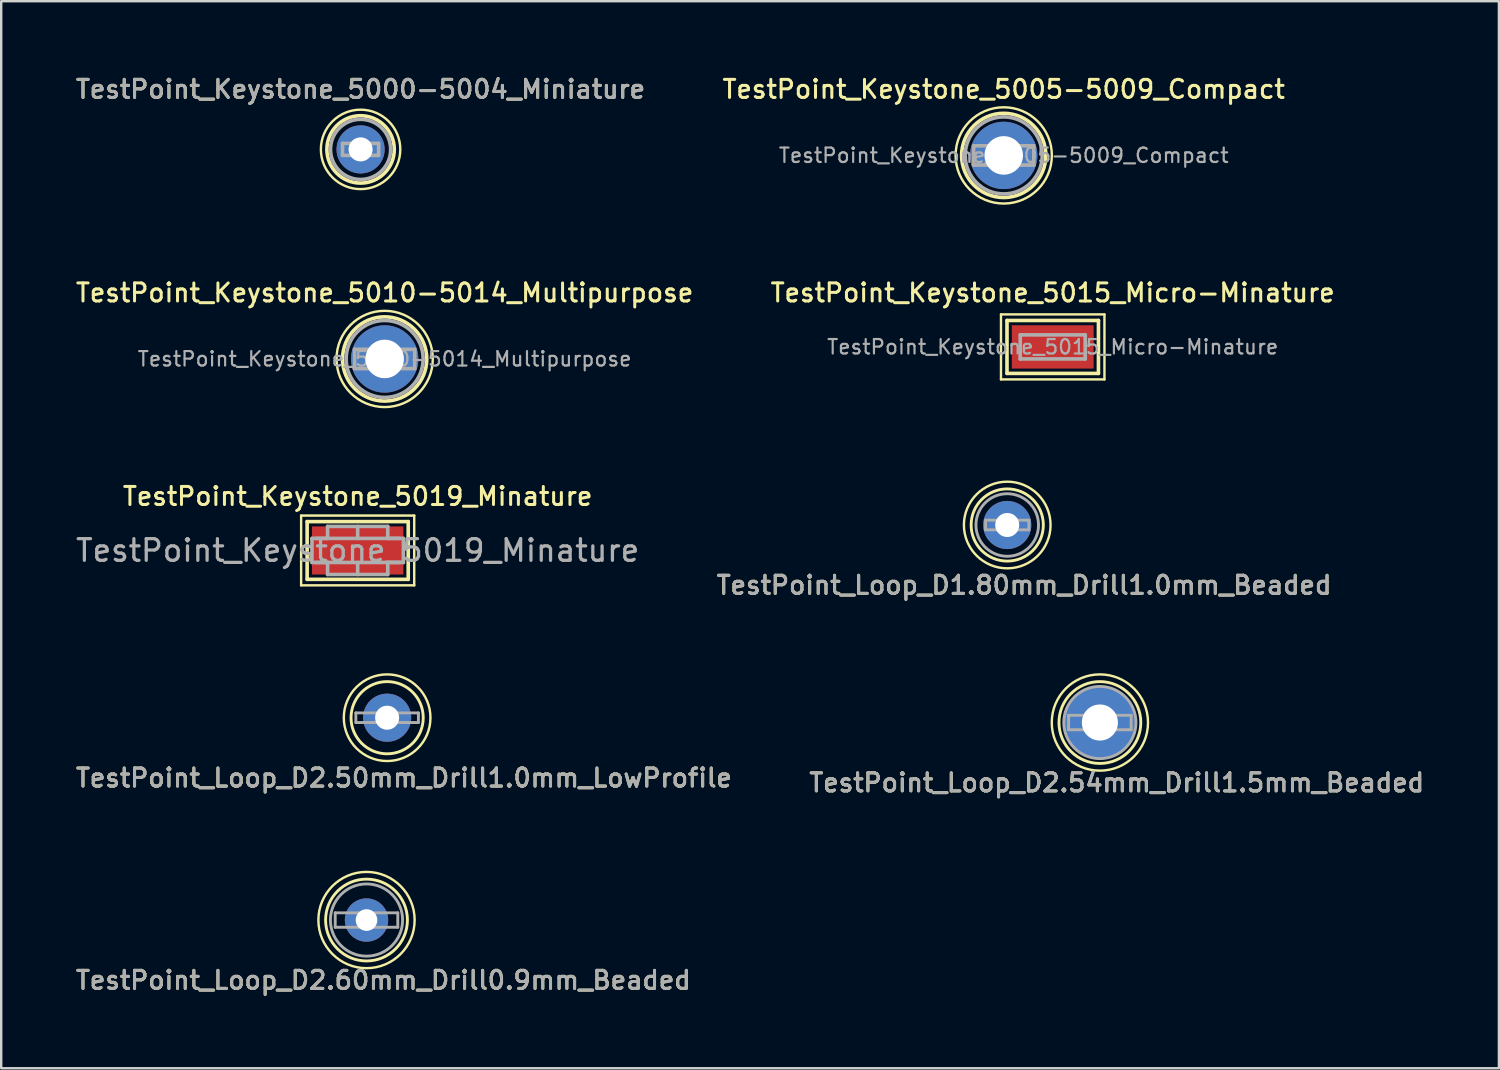
<source format=kicad_pcb>
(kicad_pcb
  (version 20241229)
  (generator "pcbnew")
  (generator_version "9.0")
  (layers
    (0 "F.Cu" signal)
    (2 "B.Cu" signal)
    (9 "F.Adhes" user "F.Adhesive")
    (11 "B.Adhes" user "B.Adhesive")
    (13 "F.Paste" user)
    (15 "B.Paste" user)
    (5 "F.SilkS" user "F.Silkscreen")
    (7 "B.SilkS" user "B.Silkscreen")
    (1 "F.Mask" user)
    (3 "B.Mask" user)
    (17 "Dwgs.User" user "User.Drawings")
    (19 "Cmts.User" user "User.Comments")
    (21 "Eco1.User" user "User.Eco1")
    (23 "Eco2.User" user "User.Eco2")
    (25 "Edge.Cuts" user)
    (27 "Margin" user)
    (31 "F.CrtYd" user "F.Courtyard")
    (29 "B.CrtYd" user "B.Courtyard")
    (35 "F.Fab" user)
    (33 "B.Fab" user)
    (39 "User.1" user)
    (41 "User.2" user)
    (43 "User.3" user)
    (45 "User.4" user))
  (footprint "TestPoint_Keystone_5000-5004_Miniature"
    (layer "F.Cu")
    (at 11.934 3.158)
    (property "Reference" "TestPoint_Keystone_5000-5004_Miniature" (at 0 -2.5 0) (layer "F.SilkS") (effects (font (size 0.75 0.75) (thickness 0.125))))
    (attr through_hole)
    (fp_circle (center 0 0) (end 1.4 0) (stroke (width 0.15) (type solid)) (fill no) (layer "F.SilkS"))
    (fp_circle (center 0 0) (end 1.65 0) (stroke (width 0.1) (type solid)) (fill no) (layer "F.SilkS"))
    (fp_line (start -0.75 -0.25) (end 0.75 -0.25) (stroke (width 0.15) (type solid)) (layer "F.Fab"))
    (fp_line (start -0.75 0.25) (end -0.75 -0.25) (stroke (width 0.15) (type solid)) (layer "F.Fab"))
    (fp_line (start 0.75 -0.25) (end 0.75 0.25) (stroke (width 0.15) (type solid)) (layer "F.Fab"))
    (fp_line (start 0.75 0.25) (end -0.75 0.25) (stroke (width 0.15) (type solid)) (layer "F.Fab"))
    (fp_circle (center 0 0) (end 1.25 0) (stroke (width 0.15) (type solid)) (fill no) (layer "F.Fab"))
    (fp_text user "${REFERENCE}" (at 0 -2.5 0) (layer "F.Fab") (effects (font (size 0.75 0.75) (thickness 0.125))))
    (pad "1" thru_hole circle (at 0 0) (size 2 2) (drill 1) (layers "*.Cu" "*.Mask")))
  (footprint "TestPoint_Loop_D2.60mm_Drill0.9mm_Beaded"
    (layer "F.Cu")
    (at 12.18 35.182)
    (property "Reference" "TestPoint_Loop_D2.60mm_Drill0.9mm_Beaded" (at 0.7 2.5 0) (layer "F.SilkS") (effects (font (size 0.75 0.75) (thickness 0.125))))
    (attr through_hole)
    (fp_circle (center 0 0) (end 1.7 0) (stroke (width 0.12) (type solid)) (fill no) (layer "F.SilkS"))
    (fp_circle (center 0 0) (end 2 0) (stroke (width 0.1) (type solid)) (fill no) (layer "F.SilkS"))
    (fp_line (start -1.3 -0.3) (end -1.3 0.3) (stroke (width 0.12) (type solid)) (layer "F.Fab"))
    (fp_line (start -1.3 0.3) (end 1.3 0.3) (stroke (width 0.12) (type solid)) (layer "F.Fab"))
    (fp_line (start 1.3 -0.3) (end -1.3 -0.3) (stroke (width 0.12) (type solid)) (layer "F.Fab"))
    (fp_line (start 1.3 0.3) (end 1.3 -0.3) (stroke (width 0.12) (type solid)) (layer "F.Fab"))
    (fp_circle (center 0 0) (end 1.5 0) (stroke (width 0.12) (type solid)) (fill no) (layer "F.Fab"))
    (fp_text user "${REFERENCE}" (at 0.7 2.5 0) (layer "F.Fab") (effects (font (size 0.75 0.75) (thickness 0.125))))
    (pad "1" thru_hole circle (at 0 0) (size 1.8 1.8) (drill 0.9) (layers "*.Cu" "*.Mask")))
  (footprint "TestPoint_Loop_D2.54mm_Drill1.5mm_Beaded"
    (layer "F.Cu")
    (at 42.655 26.974)
    (property "Reference" "TestPoint_Loop_D2.54mm_Drill1.5mm_Beaded" (at 0.7 2.5 0) (layer "F.SilkS") (effects (font (size 0.75 0.75) (thickness 0.125))))
    (attr through_hole)
    (fp_circle (center 0 0) (end 1.7 0) (stroke (width 0.12) (type solid)) (fill no) (layer "F.SilkS"))
    (fp_circle (center 0 0) (end 2 0) (stroke (width 0.1) (type solid)) (fill no) (layer "F.SilkS"))
    (fp_line (start -1.3 -0.3) (end -1.3 0.3) (stroke (width 0.12) (type solid)) (layer "F.Fab"))
    (fp_line (start -1.3 0.3) (end 1.3 0.3) (stroke (width 0.12) (type solid)) (layer "F.Fab"))
    (fp_line (start 1.3 -0.3) (end -1.3 -0.3) (stroke (width 0.12) (type solid)) (layer "F.Fab"))
    (fp_line (start 1.3 0.3) (end 1.3 -0.3) (stroke (width 0.12) (type solid)) (layer "F.Fab"))
    (fp_circle (center 0 0) (end 1.5 0) (stroke (width 0.12) (type solid)) (fill no) (layer "F.Fab"))
    (fp_text user "${REFERENCE}" (at 0.7 2.5 0) (layer "F.Fab") (effects (font (size 0.75 0.75) (thickness 0.125))))
    (pad "1" thru_hole circle (at 0 0) (size 3 3) (drill 1.5) (layers "*.Cu" "*.Mask")))
  (footprint "TestPoint_Loop_D1.80mm_Drill1.0mm_Beaded"
    (layer "F.Cu")
    (at 38.805 18.766)
    (property "Reference" "TestPoint_Loop_D1.80mm_Drill1.0mm_Beaded" (at 0.7 2.5 0) (layer "F.SilkS") (effects (font (size 0.75 0.75) (thickness 0.125))))
    (attr through_hole)
    (fp_circle (center 0 0) (end 1.5 0) (stroke (width 0.12) (type solid)) (fill no) (layer "F.SilkS"))
    (fp_circle (center 0 0) (end 1.8 0) (stroke (width 0.1) (type solid)) (fill no) (layer "F.SilkS"))
    (fp_line (start -0.9 -0.2) (end 0.9 -0.2) (stroke (width 0.12) (type solid)) (layer "F.Fab"))
    (fp_line (start -0.9 0.2) (end -0.9 -0.2) (stroke (width 0.12) (type solid)) (layer "F.Fab"))
    (fp_line (start 0.9 -0.2) (end 0.9 0.2) (stroke (width 0.12) (type solid)) (layer "F.Fab"))
    (fp_line (start 0.9 0.2) (end -0.9 0.2) (stroke (width 0.12) (type solid)) (layer "F.Fab"))
    (fp_circle (center 0 0) (end 1.3 0) (stroke (width 0.12) (type solid)) (fill no) (layer "F.Fab"))
    (fp_text user "${REFERENCE}" (at 0.7 2.5 0) (layer "F.Fab") (effects (font (size 0.75 0.75) (thickness 0.125))))
    (pad "1" thru_hole circle (at 0 0) (size 2 2) (drill 1) (layers "*.Cu" "*.Mask")))
  (footprint "TestPoint_Keystone_5005-5009_Compact"
    (layer "F.Cu")
    (at 38.659 3.408)
    (property "Reference" "TestPoint_Keystone_5005-5009_Compact" (at 0 -2.75 0) (layer "F.SilkS") (effects (font (size 0.75 0.75) (thickness 0.125))))
    (attr through_hole)
    (fp_circle (center 0 0) (end 1.75 0) (stroke (width 0.15) (type solid)) (fill no) (layer "F.SilkS"))
    (fp_circle (center 0 0) (end 2 0) (stroke (width 0.1) (type solid)) (fill no) (layer "F.SilkS"))
    (fp_line (start -1.25 -0.4) (end 1.25 -0.4) (stroke (width 0.15) (type solid)) (layer "F.Fab"))
    (fp_line (start -1.25 0.4) (end -1.25 -0.4) (stroke (width 0.15) (type solid)) (layer "F.Fab"))
    (fp_line (start 1.25 -0.4) (end 1.25 0.4) (stroke (width 0.15) (type solid)) (layer "F.Fab"))
    (fp_line (start 1.25 0.4) (end -1.25 0.4) (stroke (width 0.15) (type solid)) (layer "F.Fab"))
    (fp_circle (center 0 0) (end 1.6 0) (stroke (width 0.15) (type solid)) (fill no) (layer "F.Fab"))
    (fp_text user "${REFERENCE}" (at 0 0 0) (layer "F.Fab") (effects (font (size 0.6 0.6) (thickness 0.09))))
    (pad "1" thru_hole circle (at 0 0) (size 2.8 2.8) (drill 1.6) (layers "*.Cu" "*.Mask")))
  (footprint "TestPoint_Keystone_5015_Micro-Minature"
    (layer "F.Cu")
    (at 40.695 11.366)
    (property "Reference" "TestPoint_Keystone_5015_Micro-Minature" (at 0 -2.25 0) (layer "F.SilkS") (effects (font (size 0.75 0.75) (thickness 0.125))))
    (attr smd)
    (fp_line (start -2.15 -1.35) (end 2.15 -1.35) (stroke (width 0.1) (type solid)) (layer "F.SilkS"))
    (fp_line (start -2.15 1.35) (end -2.15 -1.35) (stroke (width 0.1) (type solid)) (layer "F.SilkS"))
    (fp_line (start -1.9 -1.1) (end 1.9 -1.1) (stroke (width 0.15) (type solid)) (layer "F.SilkS"))
    (fp_line (start -1.9 1.1) (end -1.9 -1.1) (stroke (width 0.15) (type solid)) (layer "F.SilkS"))
    (fp_line (start 1.9 -1.1) (end 1.9 1.1) (stroke (width 0.15) (type solid)) (layer "F.SilkS"))
    (fp_line (start 1.9 1.1) (end -1.9 1.1) (stroke (width 0.15) (type solid)) (layer "F.SilkS"))
    (fp_line (start 2.15 -1.35) (end 2.15 1.35) (stroke (width 0.1) (type solid)) (layer "F.SilkS"))
    (fp_line (start 2.15 1.35) (end -2.15 1.35) (stroke (width 0.1) (type solid)) (layer "F.SilkS"))
    (fp_line (start -1.35 0.5) (end -1.35 -0.5) (stroke (width 0.15) (type solid)) (layer "F.Fab"))
    (fp_line (start -1.35 0.5) (end 1.35 0.5) (stroke (width 0.15) (type solid)) (layer "F.Fab"))
    (fp_line (start 1.35 -0.5) (end -1.35 -0.5) (stroke (width 0.15) (type solid)) (layer "F.Fab"))
    (fp_line (start 1.35 -0.5) (end 1.35 0.5) (stroke (width 0.15) (type solid)) (layer "F.Fab"))
    (fp_text user "${REFERENCE}" (at 0 0 0) (layer "F.Fab") (effects (font (size 0.6 0.6) (thickness 0.09))))
    (pad "1" smd rect (at 0 0) (size 3.4 1.8) (layers "F.Cu" "F.Mask" "F.Paste")))
  (footprint "TestPoint_Loop_D2.50mm_Drill1.0mm_LowProfile"
    (layer "F.Cu")
    (at 13.037 26.774)
    (property "Reference" "TestPoint_Loop_D2.50mm_Drill1.0mm_LowProfile" (at 0.7 2.5 0) (layer "F.SilkS") (effects (font (size 0.75 0.75) (thickness 0.125))))
    (attr through_hole)
    (fp_circle (center 0 0) (end 1.5 0) (stroke (width 0.12) (type solid)) (fill no) (layer "F.SilkS"))
    (fp_circle (center 0 0) (end 1.8 0) (stroke (width 0.1) (type solid)) (fill no) (layer "F.SilkS"))
    (fp_line (start -1.3 -0.2) (end -1.3 0.2) (stroke (width 0.12) (type solid)) (layer "F.Fab"))
    (fp_line (start -1.3 0.2) (end 1.3 0.2) (stroke (width 0.12) (type solid)) (layer "F.Fab"))
    (fp_line (start 1.3 -0.2) (end -1.3 -0.2) (stroke (width 0.12) (type solid)) (layer "F.Fab"))
    (fp_line (start 1.3 0.2) (end 1.3 -0.2) (stroke (width 0.12) (type solid)) (layer "F.Fab"))
    (fp_text user "${REFERENCE}" (at 0.7 2.5 0) (layer "F.Fab") (effects (font (size 0.75 0.75) (thickness 0.125))))
    (pad "1" thru_hole circle (at 0 0) (size 2 2) (drill 1) (layers "*.Cu" "*.Mask")))
  (footprint "TestPoint_Keystone_5019_Minature"
    (layer "F.Cu")
    (at 11.813 19.824)
    (property "Reference" "TestPoint_Keystone_5019_Minature" (at 0 -2.25 0) (layer "F.SilkS") (effects (font (size 0.75 0.75) (thickness 0.125))))
    (attr smd)
    (fp_line (start -2.35 -1.45) (end 2.35 -1.45) (stroke (width 0.1) (type solid)) (layer "F.SilkS"))
    (fp_line (start -2.35 1.45) (end -2.35 -1.45) (stroke (width 0.1) (type solid)) (layer "F.SilkS"))
    (fp_line (start -2.1 -1.2) (end 2.1 -1.2) (stroke (width 0.15) (type solid)) (layer "F.SilkS"))
    (fp_line (start -2.1 1.2) (end -2.1 -1.2) (stroke (width 0.15) (type solid)) (layer "F.SilkS"))
    (fp_line (start 2.1 -1.2) (end 2.1 1.2) (stroke (width 0.15) (type solid)) (layer "F.SilkS"))
    (fp_line (start 2.1 1.2) (end -2.1 1.2) (stroke (width 0.15) (type solid)) (layer "F.SilkS"))
    (fp_line (start 2.35 -1.45) (end 2.35 1.45) (stroke (width 0.1) (type solid)) (layer "F.SilkS"))
    (fp_line (start 2.35 1.45) (end -2.35 1.45) (stroke (width 0.1) (type solid)) (layer "F.SilkS"))
    (fp_line (start -1.9 -0.5) (end -1.9 0.5) (stroke (width 0.15) (type solid)) (layer "F.Fab"))
    (fp_line (start -1.9 -0.5) (end 1.9 -0.5) (stroke (width 0.15) (type solid)) (layer "F.Fab"))
    (fp_line (start -1.75 0.5) (end -1.25 0.5) (stroke (width 0.15) (type solid)) (layer "F.Fab"))
    (fp_line (start -1.25 -1) (end -1.25 -0.5) (stroke (width 0.15) (type solid)) (layer "F.Fab"))
    (fp_line (start -1.25 -0.5) (end -1.75 -0.5) (stroke (width 0.15) (type solid)) (layer "F.Fab"))
    (fp_line (start -1.25 0.5) (end -1.25 1) (stroke (width 0.15) (type solid)) (layer "F.Fab"))
    (fp_line (start -1.25 1) (end 1.25 1) (stroke (width 0.15) (type solid)) (layer "F.Fab"))
    (fp_line (start 0 -1) (end 0 -0.5) (stroke (width 0.15) (type solid)) (layer "F.Fab"))
    (fp_line (start 0 0.5) (end 0 1) (stroke (width 0.15) (type solid)) (layer "F.Fab"))
    (fp_line (start 1.25 -1) (end -1.25 -1) (stroke (width 0.15) (type solid)) (layer "F.Fab"))
    (fp_line (start 1.25 -0.5) (end 1.25 -1) (stroke (width 0.15) (type solid)) (layer "F.Fab"))
    (fp_line (start 1.25 0.5) (end 1.75 0.5) (stroke (width 0.15) (type solid)) (layer "F.Fab"))
    (fp_line (start 1.25 1) (end 1.25 0.5) (stroke (width 0.15) (type solid)) (layer "F.Fab"))
    (fp_line (start 1.75 -0.5) (end 1.25 -0.5) (stroke (width 0.15) (type solid)) (layer "F.Fab"))
    (fp_line (start 1.9 0.5) (end -1.9 0.5) (stroke (width 0.15) (type solid)) (layer "F.Fab"))
    (fp_line (start 1.9 0.5) (end 1.9 -0.5) (stroke (width 0.15) (type solid)) (layer "F.Fab"))
    (fp_text user "${REFERENCE}" (at 0 0 0) (layer "F.Fab") (effects (font (size 0.9 0.9) (thickness 0.135))))
    (pad "1" smd rect (at 0 0) (size 3.8 2) (layers "F.Cu" "F.Mask" "F.Paste")))
  (footprint "TestPoint_Keystone_5010-5014_Multipurpose"
    (layer "F.Cu")
    (at 12.934 11.866)
    (property "Reference" "TestPoint_Keystone_5010-5014_Multipurpose" (at 0 -2.75 0) (layer "F.SilkS") (effects (font (size 0.75 0.75) (thickness 0.125))))
    (attr through_hole)
    (fp_circle (center 0 0) (end 1.75 0) (stroke (width 0.15) (type solid)) (fill no) (layer "F.SilkS"))
    (fp_circle (center 0 0) (end 2 0) (stroke (width 0.1) (type solid)) (fill no) (layer "F.SilkS"))
    (fp_line (start -1.25 -0.4) (end 1.25 -0.4) (stroke (width 0.15) (type solid)) (layer "F.Fab"))
    (fp_line (start -1.25 0.4) (end -1.25 -0.4) (stroke (width 0.15) (type solid)) (layer "F.Fab"))
    (fp_line (start 1.25 -0.4) (end 1.25 0.4) (stroke (width 0.15) (type solid)) (layer "F.Fab"))
    (fp_line (start 1.25 0.4) (end -1.25 0.4) (stroke (width 0.15) (type solid)) (layer "F.Fab"))
    (fp_circle (center 0 0) (end 1.6 0) (stroke (width 0.15) (type solid)) (fill no) (layer "F.Fab"))
    (fp_text user "${REFERENCE}" (at 0 0 0) (layer "F.Fab") (effects (font (size 0.6 0.6) (thickness 0.09))))
    (pad "1" thru_hole circle (at 0 0) (size 2.8 2.8) (drill 1.6) (layers "*.Cu" "*.Mask")))
  (gr_rect
    (start -3 -3)
    (end 59.236 41.341)
    (stroke (width 0.1) (type default))
    (fill no)
    (layer "Edge.Cuts")))
</source>
